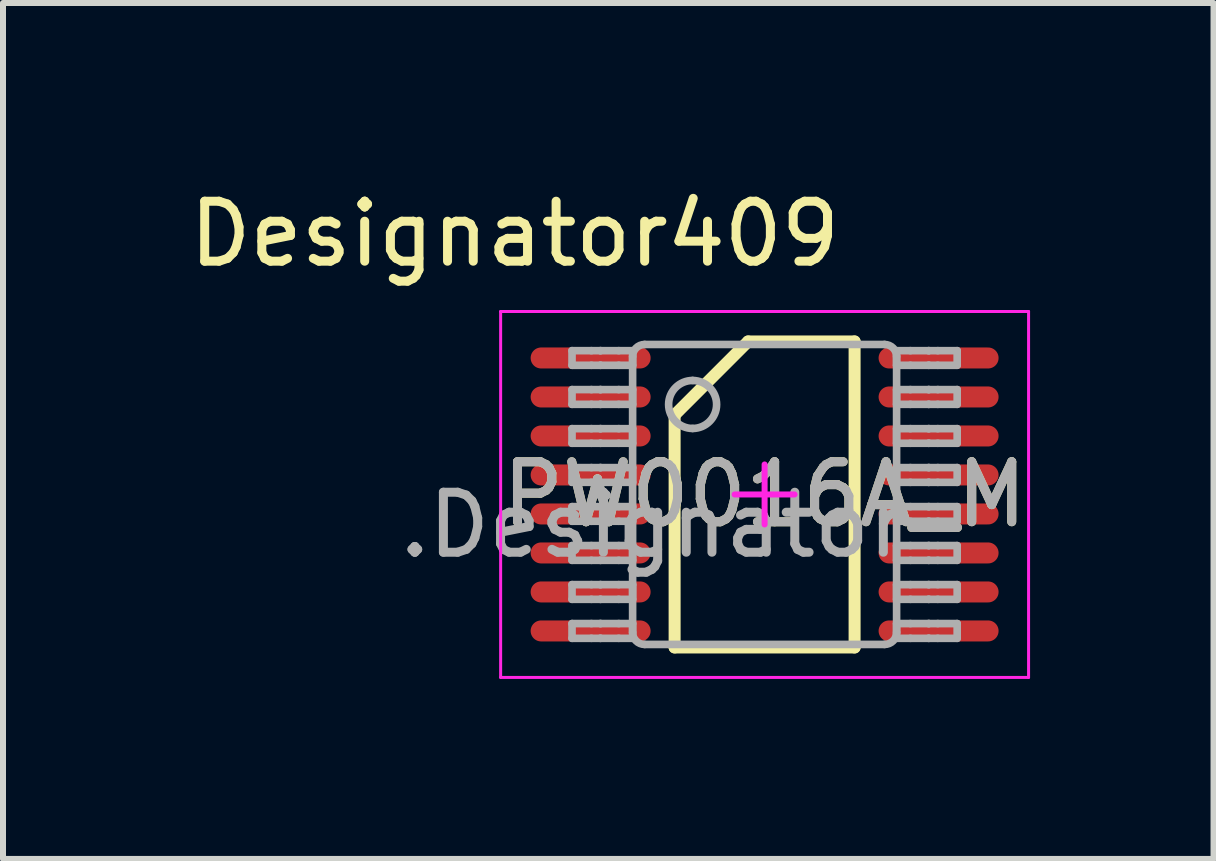
<source format=kicad_pcb>
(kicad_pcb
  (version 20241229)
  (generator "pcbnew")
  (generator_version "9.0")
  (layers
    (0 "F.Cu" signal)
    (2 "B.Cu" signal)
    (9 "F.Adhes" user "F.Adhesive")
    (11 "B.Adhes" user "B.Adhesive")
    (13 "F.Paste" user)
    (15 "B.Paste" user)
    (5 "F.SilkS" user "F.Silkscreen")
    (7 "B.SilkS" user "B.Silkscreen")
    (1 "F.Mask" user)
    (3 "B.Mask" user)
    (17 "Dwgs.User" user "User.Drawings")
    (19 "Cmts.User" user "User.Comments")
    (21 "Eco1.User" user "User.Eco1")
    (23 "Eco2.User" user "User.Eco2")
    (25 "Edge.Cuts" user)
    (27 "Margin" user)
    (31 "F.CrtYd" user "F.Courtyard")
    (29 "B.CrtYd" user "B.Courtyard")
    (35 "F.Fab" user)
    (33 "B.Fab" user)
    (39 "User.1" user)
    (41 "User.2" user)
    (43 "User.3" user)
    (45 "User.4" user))
  (footprint "PW0016A_M"
    (layer "F.Cu")
    (at 9.695 5.192)
    (property "Reference" "PW0016A_M" (at 0 0 0) (unlocked yes) (layer "F.SilkS") (effects (font (size 1 1) (thickness 0.15))))
    (attr smd)
    (fp_line (start -1.5 -1.325) (end -0.275 -2.55) (stroke (width 0.2) (type solid)) (layer "F.SilkS"))
    (fp_line (start -1.5 2.55) (end -1.5 -1.325) (stroke (width 0.2) (type solid)) (layer "F.SilkS"))
    (fp_line (start -1.5 2.55) (end 1.5 2.55) (stroke (width 0.2) (type solid)) (layer "F.SilkS"))
    (fp_line (start -0.275 -2.55) (end 1.5 -2.55) (stroke (width 0.2) (type solid)) (layer "F.SilkS"))
    (fp_line (start 1.5 2.55) (end 1.5 -2.55) (stroke (width 0.2) (type solid)) (layer "F.SilkS"))
    (fp_line (start -4.4 -3.05) (end 4.4 -3.05) (stroke (width 0.05) (type solid)) (layer "F.CrtYd"))
    (fp_line (start -4.4 3.05) (end -4.4 -3.05) (stroke (width 0.05) (type solid)) (layer "F.CrtYd"))
    (fp_line (start -4.4 3.05) (end 4.4 3.05) (stroke (width 0.05) (type solid)) (layer "F.CrtYd"))
    (fp_line (start -0.5 -0.000003) (end 0.5 -0.000003) (stroke (width 0.1) (type solid)) (layer "F.CrtYd"))
    (fp_line (start 0 0.5) (end 0 -0.5) (stroke (width 0.1) (type solid)) (layer "F.CrtYd"))
    (fp_line (start 4.4 3.05) (end 4.4 -3.05) (stroke (width 0.05) (type solid)) (layer "F.CrtYd"))
    (fp_line (start -3.21 -2.397) (end -2.887 -2.397) (stroke (width 0.127) (type solid)) (layer "F.Fab"))
    (fp_line (start -3.21 -2.153) (end -3.21 -2.397) (stroke (width 0.127) (type solid)) (layer "F.Fab"))
    (fp_line (start -3.21 -2.153) (end -2.887 -2.153) (stroke (width 0.127) (type solid)) (layer "F.Fab"))
    (fp_line (start -3.21 -1.748) (end -2.887 -1.748) (stroke (width 0.127) (type solid)) (layer "F.Fab"))
    (fp_line (start -3.21 -1.502) (end -3.21 -1.748) (stroke (width 0.127) (type solid)) (layer "F.Fab"))
    (fp_line (start -3.21 -1.502) (end -2.887 -1.502) (stroke (width 0.127) (type solid)) (layer "F.Fab"))
    (fp_line (start -3.21 -1.097) (end -2.887 -1.097) (stroke (width 0.127) (type solid)) (layer "F.Fab"))
    (fp_line (start -3.21 -0.853) (end -3.21 -1.097) (stroke (width 0.127) (type solid)) (layer "F.Fab"))
    (fp_line (start -3.21 -0.853) (end -2.887 -0.853) (stroke (width 0.127) (type solid)) (layer "F.Fab"))
    (fp_line (start -3.21 -0.448) (end -2.887 -0.448) (stroke (width 0.127) (type solid)) (layer "F.Fab"))
    (fp_line (start -3.21 -0.202) (end -3.21 -0.448) (stroke (width 0.127) (type solid)) (layer "F.Fab"))
    (fp_line (start -3.21 -0.202) (end -2.887 -0.202) (stroke (width 0.127) (type solid)) (layer "F.Fab"))
    (fp_line (start -3.21 0.203) (end -2.887 0.203) (stroke (width 0.127) (type solid)) (layer "F.Fab"))
    (fp_line (start -3.21 0.447) (end -3.21 0.203) (stroke (width 0.127) (type solid)) (layer "F.Fab"))
    (fp_line (start -3.21 0.447) (end -2.887 0.447) (stroke (width 0.127) (type solid)) (layer "F.Fab"))
    (fp_line (start -3.21 0.852) (end -2.887 0.852) (stroke (width 0.127) (type solid)) (layer "F.Fab"))
    (fp_line (start -3.21 1.098) (end -3.21 0.852) (stroke (width 0.127) (type solid)) (layer "F.Fab"))
    (fp_line (start -3.21 1.098) (end -2.887 1.098) (stroke (width 0.127) (type solid)) (layer "F.Fab"))
    (fp_line (start -3.21 1.503) (end -2.887 1.503) (stroke (width 0.127) (type solid)) (layer "F.Fab"))
    (fp_line (start -3.21 1.748) (end -3.21 1.503) (stroke (width 0.127) (type solid)) (layer "F.Fab"))
    (fp_line (start -3.21 1.748) (end -2.887 1.748) (stroke (width 0.127) (type solid)) (layer "F.Fab"))
    (fp_line (start -3.21 2.152) (end -2.887 2.152) (stroke (width 0.127) (type solid)) (layer "F.Fab"))
    (fp_line (start -3.21 2.398) (end -3.21 2.152) (stroke (width 0.127) (type solid)) (layer "F.Fab"))
    (fp_line (start -3.21 2.398) (end -2.887 2.398) (stroke (width 0.127) (type solid)) (layer "F.Fab"))
    (fp_line (start -2.887 -2.397) (end -2.739 -2.397) (stroke (width 0.127) (type solid)) (layer "F.Fab"))
    (fp_line (start -2.887 -2.153) (end -2.739 -2.153) (stroke (width 0.127) (type solid)) (layer "F.Fab"))
    (fp_line (start -2.887 -1.748) (end -2.739 -1.748) (stroke (width 0.127) (type solid)) (layer "F.Fab"))
    (fp_line (start -2.887 -1.502) (end -2.739 -1.502) (stroke (width 0.127) (type solid)) (layer "F.Fab"))
    (fp_line (start -2.887 -1.097) (end -2.739 -1.097) (stroke (width 0.127) (type solid)) (layer "F.Fab"))
    (fp_line (start -2.887 -0.853) (end -2.739 -0.853) (stroke (width 0.127) (type solid)) (layer "F.Fab"))
    (fp_line (start -2.887 -0.448) (end -2.739 -0.448) (stroke (width 0.127) (type solid)) (layer "F.Fab"))
    (fp_line (start -2.887 -0.202) (end -2.739 -0.202) (stroke (width 0.127) (type solid)) (layer "F.Fab"))
    (fp_line (start -2.887 0.203) (end -2.739 0.203) (stroke (width 0.127) (type solid)) (layer "F.Fab"))
    (fp_line (start -2.887 0.447) (end -2.739 0.447) (stroke (width 0.127) (type solid)) (layer "F.Fab"))
    (fp_line (start -2.887 0.852) (end -2.739 0.852) (stroke (width 0.127) (type solid)) (layer "F.Fab"))
    (fp_line (start -2.887 1.098) (end -2.739 1.098) (stroke (width 0.127) (type solid)) (layer "F.Fab"))
    (fp_line (start -2.887 1.503) (end -2.739 1.503) (stroke (width 0.127) (type solid)) (layer "F.Fab"))
    (fp_line (start -2.887 1.748) (end -2.739 1.748) (stroke (width 0.127) (type solid)) (layer "F.Fab"))
    (fp_line (start -2.887 2.152) (end -2.739 2.152) (stroke (width 0.127) (type solid)) (layer "F.Fab"))
    (fp_line (start -2.887 2.398) (end -2.739 2.398) (stroke (width 0.127) (type solid)) (layer "F.Fab"))
    (fp_line (start -2.739 -2.397) (end -2.733 -2.397) (stroke (width 0.127) (type solid)) (layer "F.Fab"))
    (fp_line (start -2.739 -2.153) (end -2.733 -2.153) (stroke (width 0.127) (type solid)) (layer "F.Fab"))
    (fp_line (start -2.739 -1.748) (end -2.733 -1.748) (stroke (width 0.127) (type solid)) (layer "F.Fab"))
    (fp_line (start -2.739 -1.502) (end -2.733 -1.502) (stroke (width 0.127) (type solid)) (layer "F.Fab"))
    (fp_line (start -2.739 -1.097) (end -2.733 -1.097) (stroke (width 0.127) (type solid)) (layer "F.Fab"))
    (fp_line (start -2.739 -0.853) (end -2.733 -0.853) (stroke (width 0.127) (type solid)) (layer "F.Fab"))
    (fp_line (start -2.739 -0.448) (end -2.733 -0.448) (stroke (width 0.127) (type solid)) (layer "F.Fab"))
    (fp_line (start -2.739 -0.202) (end -2.733 -0.202) (stroke (width 0.127) (type solid)) (layer "F.Fab"))
    (fp_line (start -2.739 0.203) (end -2.733 0.203) (stroke (width 0.127) (type solid)) (layer "F.Fab"))
    (fp_line (start -2.739 0.447) (end -2.733 0.447) (stroke (width 0.127) (type solid)) (layer "F.Fab"))
    (fp_line (start -2.739 0.852) (end -2.733 0.852) (stroke (width 0.127) (type solid)) (layer "F.Fab"))
    (fp_line (start -2.739 1.098) (end -2.733 1.098) (stroke (width 0.127) (type solid)) (layer "F.Fab"))
    (fp_line (start -2.739 1.503) (end -2.733 1.503) (stroke (width 0.127) (type solid)) (layer "F.Fab"))
    (fp_line (start -2.739 1.748) (end -2.733 1.748) (stroke (width 0.127) (type solid)) (layer "F.Fab"))
    (fp_line (start -2.739 2.152) (end -2.733 2.152) (stroke (width 0.127) (type solid)) (layer "F.Fab"))
    (fp_line (start -2.739 2.398) (end -2.733 2.398) (stroke (width 0.127) (type solid)) (layer "F.Fab"))
    (fp_line (start -2.733 -2.397) (end -2.431 -2.397) (stroke (width 0.127) (type solid)) (layer "F.Fab"))
    (fp_line (start -2.733 -2.153) (end -2.431 -2.153) (stroke (width 0.127) (type solid)) (layer "F.Fab"))
    (fp_line (start -2.733 -1.748) (end -2.431 -1.748) (stroke (width 0.127) (type solid)) (layer "F.Fab"))
    (fp_line (start -2.733 -1.502) (end -2.431 -1.502) (stroke (width 0.127) (type solid)) (layer "F.Fab"))
    (fp_line (start -2.733 -1.097) (end -2.431 -1.097) (stroke (width 0.127) (type solid)) (layer "F.Fab"))
    (fp_line (start -2.733 -0.853) (end -2.431 -0.853) (stroke (width 0.127) (type solid)) (layer "F.Fab"))
    (fp_line (start -2.733 -0.448) (end -2.431 -0.448) (stroke (width 0.127) (type solid)) (layer "F.Fab"))
    (fp_line (start -2.733 -0.202) (end -2.431 -0.202) (stroke (width 0.127) (type solid)) (layer "F.Fab"))
    (fp_line (start -2.733 0.203) (end -2.431 0.203) (stroke (width 0.127) (type solid)) (layer "F.Fab"))
    (fp_line (start -2.733 0.447) (end -2.431 0.447) (stroke (width 0.127) (type solid)) (layer "F.Fab"))
    (fp_line (start -2.733 0.852) (end -2.431 0.852) (stroke (width 0.127) (type solid)) (layer "F.Fab"))
    (fp_line (start -2.733 1.098) (end -2.431 1.098) (stroke (width 0.127) (type solid)) (layer "F.Fab"))
    (fp_line (start -2.733 1.503) (end -2.431 1.503) (stroke (width 0.127) (type solid)) (layer "F.Fab"))
    (fp_line (start -2.733 1.748) (end -2.431 1.748) (stroke (width 0.127) (type solid)) (layer "F.Fab"))
    (fp_line (start -2.733 2.152) (end -2.431 2.152) (stroke (width 0.127) (type solid)) (layer "F.Fab"))
    (fp_line (start -2.733 2.398) (end -2.431 2.398) (stroke (width 0.127) (type solid)) (layer "F.Fab"))
    (fp_line (start -2.431 -2.397) (end -2.2 -2.397) (stroke (width 0.127) (type solid)) (layer "F.Fab"))
    (fp_line (start -2.431 -2.153) (end -2.2 -2.153) (stroke (width 0.127) (type solid)) (layer "F.Fab"))
    (fp_line (start -2.431 -1.748) (end -2.2 -1.748) (stroke (width 0.127) (type solid)) (layer "F.Fab"))
    (fp_line (start -2.431 -1.502) (end -2.2 -1.502) (stroke (width 0.127) (type solid)) (layer "F.Fab"))
    (fp_line (start -2.431 -1.097) (end -2.2 -1.097) (stroke (width 0.127) (type solid)) (layer "F.Fab"))
    (fp_line (start -2.431 -0.853) (end -2.2 -0.853) (stroke (width 0.127) (type solid)) (layer "F.Fab"))
    (fp_line (start -2.431 -0.448) (end -2.2 -0.448) (stroke (width 0.127) (type solid)) (layer "F.Fab"))
    (fp_line (start -2.431 -0.202) (end -2.2 -0.202) (stroke (width 0.127) (type solid)) (layer "F.Fab"))
    (fp_line (start -2.431 0.203) (end -2.2 0.203) (stroke (width 0.127) (type solid)) (layer "F.Fab"))
    (fp_line (start -2.431 0.447) (end -2.2 0.447) (stroke (width 0.127) (type solid)) (layer "F.Fab"))
    (fp_line (start -2.431 0.852) (end -2.2 0.852) (stroke (width 0.127) (type solid)) (layer "F.Fab"))
    (fp_line (start -2.431 1.098) (end -2.2 1.098) (stroke (width 0.127) (type solid)) (layer "F.Fab"))
    (fp_line (start -2.431 1.503) (end -2.2 1.503) (stroke (width 0.127) (type solid)) (layer "F.Fab"))
    (fp_line (start -2.431 1.748) (end -2.2 1.748) (stroke (width 0.127) (type solid)) (layer "F.Fab"))
    (fp_line (start -2.431 2.152) (end -2.2 2.152) (stroke (width 0.127) (type solid)) (layer "F.Fab"))
    (fp_line (start -2.431 2.398) (end -2.2 2.398) (stroke (width 0.127) (type solid)) (layer "F.Fab"))
    (fp_line (start -2.2 -2.153) (end -2.2 -2.397) (stroke (width 0.127) (type solid)) (layer "F.Fab"))
    (fp_line (start -2.2 -1.502) (end -2.2 -1.748) (stroke (width 0.127) (type solid)) (layer "F.Fab"))
    (fp_line (start -2.2 -0.853) (end -2.2 -1.097) (stroke (width 0.127) (type solid)) (layer "F.Fab"))
    (fp_line (start -2.2 -0.202) (end -2.2 -0.448) (stroke (width 0.127) (type solid)) (layer "F.Fab"))
    (fp_line (start -2.2 0.447) (end -2.2 0.203) (stroke (width 0.127) (type solid)) (layer "F.Fab"))
    (fp_line (start -2.2 1.098) (end -2.2 0.852) (stroke (width 0.127) (type solid)) (layer "F.Fab"))
    (fp_line (start -2.2 1.748) (end -2.2 1.503) (stroke (width 0.127) (type solid)) (layer "F.Fab"))
    (fp_line (start -2.2 2.3) (end -2.2 -2.3) (stroke (width 0.127) (type solid)) (layer "F.Fab"))
    (fp_line (start -2.2 2.398) (end -2.2 2.152) (stroke (width 0.127) (type solid)) (layer "F.Fab"))
    (fp_line (start -2 -2.5) (end 2 -2.5) (stroke (width 0.127) (type solid)) (layer "F.Fab"))
    (fp_line (start -2 2.5) (end 2 2.5) (stroke (width 0.127) (type solid)) (layer "F.Fab"))
    (fp_line (start 2.2 -2.397) (end 2.43 -2.397) (stroke (width 0.127) (type solid)) (layer "F.Fab"))
    (fp_line (start 2.2 -2.153) (end 2.2 -2.397) (stroke (width 0.127) (type solid)) (layer "F.Fab"))
    (fp_line (start 2.2 -2.153) (end 2.43 -2.153) (stroke (width 0.127) (type solid)) (layer "F.Fab"))
    (fp_line (start 2.2 -1.748) (end 2.43 -1.748) (stroke (width 0.127) (type solid)) (layer "F.Fab"))
    (fp_line (start 2.2 -1.502) (end 2.2 -1.748) (stroke (width 0.127) (type solid)) (layer "F.Fab"))
    (fp_line (start 2.2 -1.502) (end 2.43 -1.502) (stroke (width 0.127) (type solid)) (layer "F.Fab"))
    (fp_line (start 2.2 -1.097) (end 2.43 -1.097) (stroke (width 0.127) (type solid)) (layer "F.Fab"))
    (fp_line (start 2.2 -0.853) (end 2.2 -1.097) (stroke (width 0.127) (type solid)) (layer "F.Fab"))
    (fp_line (start 2.2 -0.853) (end 2.43 -0.853) (stroke (width 0.127) (type solid)) (layer "F.Fab"))
    (fp_line (start 2.2 -0.448) (end 2.43 -0.448) (stroke (width 0.127) (type solid)) (layer "F.Fab"))
    (fp_line (start 2.2 -0.202) (end 2.2 -0.448) (stroke (width 0.127) (type solid)) (layer "F.Fab"))
    (fp_line (start 2.2 -0.202) (end 2.43 -0.202) (stroke (width 0.127) (type solid)) (layer "F.Fab"))
    (fp_line (start 2.2 0.203) (end 2.43 0.203) (stroke (width 0.127) (type solid)) (layer "F.Fab"))
    (fp_line (start 2.2 0.447) (end 2.2 0.203) (stroke (width 0.127) (type solid)) (layer "F.Fab"))
    (fp_line (start 2.2 0.447) (end 2.43 0.447) (stroke (width 0.127) (type solid)) (layer "F.Fab"))
    (fp_line (start 2.2 0.852) (end 2.43 0.852) (stroke (width 0.127) (type solid)) (layer "F.Fab"))
    (fp_line (start 2.2 1.098) (end 2.2 0.852) (stroke (width 0.127) (type solid)) (layer "F.Fab"))
    (fp_line (start 2.2 1.098) (end 2.43 1.098) (stroke (width 0.127) (type solid)) (layer "F.Fab"))
    (fp_line (start 2.2 1.503) (end 2.43 1.503) (stroke (width 0.127) (type solid)) (layer "F.Fab"))
    (fp_line (start 2.2 1.748) (end 2.2 1.503) (stroke (width 0.127) (type solid)) (layer "F.Fab"))
    (fp_line (start 2.2 1.748) (end 2.43 1.748) (stroke (width 0.127) (type solid)) (layer "F.Fab"))
    (fp_line (start 2.2 2.152) (end 2.43 2.152) (stroke (width 0.127) (type solid)) (layer "F.Fab"))
    (fp_line (start 2.2 2.3) (end 2.2 -2.3) (stroke (width 0.127) (type solid)) (layer "F.Fab"))
    (fp_line (start 2.2 2.398) (end 2.2 2.152) (stroke (width 0.127) (type solid)) (layer "F.Fab"))
    (fp_line (start 2.2 2.398) (end 2.43 2.398) (stroke (width 0.127) (type solid)) (layer "F.Fab"))
    (fp_line (start 2.43 -2.397) (end 2.733 -2.397) (stroke (width 0.127) (type solid)) (layer "F.Fab"))
    (fp_line (start 2.43 -2.153) (end 2.733 -2.153) (stroke (width 0.127) (type solid)) (layer "F.Fab"))
    (fp_line (start 2.43 -1.748) (end 2.733 -1.748) (stroke (width 0.127) (type solid)) (layer "F.Fab"))
    (fp_line (start 2.43 -1.502) (end 2.733 -1.502) (stroke (width 0.127) (type solid)) (layer "F.Fab"))
    (fp_line (start 2.43 -1.097) (end 2.733 -1.097) (stroke (width 0.127) (type solid)) (layer "F.Fab"))
    (fp_line (start 2.43 -0.853) (end 2.733 -0.853) (stroke (width 0.127) (type solid)) (layer "F.Fab"))
    (fp_line (start 2.43 -0.448) (end 2.733 -0.448) (stroke (width 0.127) (type solid)) (layer "F.Fab"))
    (fp_line (start 2.43 -0.202) (end 2.733 -0.202) (stroke (width 0.127) (type solid)) (layer "F.Fab"))
    (fp_line (start 2.43 0.203) (end 2.733 0.203) (stroke (width 0.127) (type solid)) (layer "F.Fab"))
    (fp_line (start 2.43 0.447) (end 2.733 0.447) (stroke (width 0.127) (type solid)) (layer "F.Fab"))
    (fp_line (start 2.43 0.852) (end 2.733 0.852) (stroke (width 0.127) (type solid)) (layer "F.Fab"))
    (fp_line (start 2.43 1.098) (end 2.733 1.098) (stroke (width 0.127) (type solid)) (layer "F.Fab"))
    (fp_line (start 2.43 1.503) (end 2.733 1.503) (stroke (width 0.127) (type solid)) (layer "F.Fab"))
    (fp_line (start 2.43 1.748) (end 2.733 1.748) (stroke (width 0.127) (type solid)) (layer "F.Fab"))
    (fp_line (start 2.43 2.152) (end 2.733 2.152) (stroke (width 0.127) (type solid)) (layer "F.Fab"))
    (fp_line (start 2.43 2.398) (end 2.733 2.398) (stroke (width 0.127) (type solid)) (layer "F.Fab"))
    (fp_line (start 2.733 -2.397) (end 2.739 -2.397) (stroke (width 0.127) (type solid)) (layer "F.Fab"))
    (fp_line (start 2.733 -2.153) (end 2.739 -2.153) (stroke (width 0.127) (type solid)) (layer "F.Fab"))
    (fp_line (start 2.733 -1.748) (end 2.739 -1.748) (stroke (width 0.127) (type solid)) (layer "F.Fab"))
    (fp_line (start 2.733 -1.502) (end 2.739 -1.502) (stroke (width 0.127) (type solid)) (layer "F.Fab"))
    (fp_line (start 2.733 -1.097) (end 2.739 -1.097) (stroke (width 0.127) (type solid)) (layer "F.Fab"))
    (fp_line (start 2.733 -0.853) (end 2.739 -0.853) (stroke (width 0.127) (type solid)) (layer "F.Fab"))
    (fp_line (start 2.733 -0.448) (end 2.739 -0.448) (stroke (width 0.127) (type solid)) (layer "F.Fab"))
    (fp_line (start 2.733 -0.202) (end 2.739 -0.202) (stroke (width 0.127) (type solid)) (layer "F.Fab"))
    (fp_line (start 2.733 0.203) (end 2.739 0.203) (stroke (width 0.127) (type solid)) (layer "F.Fab"))
    (fp_line (start 2.733 0.447) (end 2.739 0.447) (stroke (width 0.127) (type solid)) (layer "F.Fab"))
    (fp_line (start 2.733 0.852) (end 2.739 0.852) (stroke (width 0.127) (type solid)) (layer "F.Fab"))
    (fp_line (start 2.733 1.098) (end 2.739 1.098) (stroke (width 0.127) (type solid)) (layer "F.Fab"))
    (fp_line (start 2.733 1.503) (end 2.739 1.503) (stroke (width 0.127) (type solid)) (layer "F.Fab"))
    (fp_line (start 2.733 1.748) (end 2.739 1.748) (stroke (width 0.127) (type solid)) (layer "F.Fab"))
    (fp_line (start 2.733 2.152) (end 2.739 2.152) (stroke (width 0.127) (type solid)) (layer "F.Fab"))
    (fp_line (start 2.733 2.398) (end 2.739 2.398) (stroke (width 0.127) (type solid)) (layer "F.Fab"))
    (fp_line (start 2.739 -2.397) (end 2.887 -2.397) (stroke (width 0.127) (type solid)) (layer "F.Fab"))
    (fp_line (start 2.739 -2.153) (end 2.887 -2.153) (stroke (width 0.127) (type solid)) (layer "F.Fab"))
    (fp_line (start 2.739 -1.748) (end 2.887 -1.748) (stroke (width 0.127) (type solid)) (layer "F.Fab"))
    (fp_line (start 2.739 -1.502) (end 2.887 -1.502) (stroke (width 0.127) (type solid)) (layer "F.Fab"))
    (fp_line (start 2.739 -1.097) (end 2.887 -1.097) (stroke (width 0.127) (type solid)) (layer "F.Fab"))
    (fp_line (start 2.739 -0.853) (end 2.887 -0.853) (stroke (width 0.127) (type solid)) (layer "F.Fab"))
    (fp_line (start 2.739 -0.448) (end 2.887 -0.448) (stroke (width 0.127) (type solid)) (layer "F.Fab"))
    (fp_line (start 2.739 -0.202) (end 2.887 -0.202) (stroke (width 0.127) (type solid)) (layer "F.Fab"))
    (fp_line (start 2.739 0.203) (end 2.887 0.203) (stroke (width 0.127) (type solid)) (layer "F.Fab"))
    (fp_line (start 2.739 0.447) (end 2.887 0.447) (stroke (width 0.127) (type solid)) (layer "F.Fab"))
    (fp_line (start 2.739 0.852) (end 2.887 0.852) (stroke (width 0.127) (type solid)) (layer "F.Fab"))
    (fp_line (start 2.739 1.098) (end 2.887 1.098) (stroke (width 0.127) (type solid)) (layer "F.Fab"))
    (fp_line (start 2.739 1.503) (end 2.887 1.503) (stroke (width 0.127) (type solid)) (layer "F.Fab"))
    (fp_line (start 2.739 1.748) (end 2.887 1.748) (stroke (width 0.127) (type solid)) (layer "F.Fab"))
    (fp_line (start 2.739 2.152) (end 2.887 2.152) (stroke (width 0.127) (type solid)) (layer "F.Fab"))
    (fp_line (start 2.739 2.398) (end 2.887 2.398) (stroke (width 0.127) (type solid)) (layer "F.Fab"))
    (fp_line (start 2.887 -2.397) (end 3.21 -2.397) (stroke (width 0.127) (type solid)) (layer "F.Fab"))
    (fp_line (start 2.887 -2.153) (end 3.21 -2.153) (stroke (width 0.127) (type solid)) (layer "F.Fab"))
    (fp_line (start 2.887 -1.748) (end 3.21 -1.748) (stroke (width 0.127) (type solid)) (layer "F.Fab"))
    (fp_line (start 2.887 -1.502) (end 3.21 -1.502) (stroke (width 0.127) (type solid)) (layer "F.Fab"))
    (fp_line (start 2.887 -1.097) (end 3.21 -1.097) (stroke (width 0.127) (type solid)) (layer "F.Fab"))
    (fp_line (start 2.887 -0.853) (end 3.21 -0.853) (stroke (width 0.127) (type solid)) (layer "F.Fab"))
    (fp_line (start 2.887 -0.448) (end 3.21 -0.448) (stroke (width 0.127) (type solid)) (layer "F.Fab"))
    (fp_line (start 2.887 -0.202) (end 3.21 -0.202) (stroke (width 0.127) (type solid)) (layer "F.Fab"))
    (fp_line (start 2.887 0.203) (end 3.21 0.203) (stroke (width 0.127) (type solid)) (layer "F.Fab"))
    (fp_line (start 2.887 0.447) (end 3.21 0.447) (stroke (width 0.127) (type solid)) (layer "F.Fab"))
    (fp_line (start 2.887 0.852) (end 3.21 0.852) (stroke (width 0.127) (type solid)) (layer "F.Fab"))
    (fp_line (start 2.887 1.098) (end 3.21 1.098) (stroke (width 0.127) (type solid)) (layer "F.Fab"))
    (fp_line (start 2.887 1.503) (end 3.21 1.503) (stroke (width 0.127) (type solid)) (layer "F.Fab"))
    (fp_line (start 2.887 1.748) (end 3.21 1.748) (stroke (width 0.127) (type solid)) (layer "F.Fab"))
    (fp_line (start 2.887 2.152) (end 3.21 2.152) (stroke (width 0.127) (type solid)) (layer "F.Fab"))
    (fp_line (start 2.887 2.398) (end 3.21 2.398) (stroke (width 0.127) (type solid)) (layer "F.Fab"))
    (fp_line (start 3.21 -2.153) (end 3.21 -2.397) (stroke (width 0.127) (type solid)) (layer "F.Fab"))
    (fp_line (start 3.21 -1.502) (end 3.21 -1.748) (stroke (width 0.127) (type solid)) (layer "F.Fab"))
    (fp_line (start 3.21 -0.853) (end 3.21 -1.097) (stroke (width 0.127) (type solid)) (layer "F.Fab"))
    (fp_line (start 3.21 -0.202) (end 3.21 -0.448) (stroke (width 0.127) (type solid)) (layer "F.Fab"))
    (fp_line (start 3.21 0.447) (end 3.21 0.203) (stroke (width 0.127) (type solid)) (layer "F.Fab"))
    (fp_line (start 3.21 1.098) (end 3.21 0.852) (stroke (width 0.127) (type solid)) (layer "F.Fab"))
    (fp_line (start 3.21 1.748) (end 3.21 1.503) (stroke (width 0.127) (type solid)) (layer "F.Fab"))
    (fp_line (start 3.21 2.398) (end 3.21 2.152) (stroke (width 0.127) (type solid)) (layer "F.Fab"))
    (fp_arc (start -2.200001 -2.3) (mid -2.141422 -2.441421) (end -2.000001 -2.5) (stroke (width 0.127) (type solid)) (layer "F.Fab"))
    (fp_arc (start -2.000001 2.500015) (mid -2.141422 2.441437) (end -2.200001 2.300016) (stroke (width 0.127) (type solid)) (layer "F.Fab"))
    (fp_arc (start -1.200003 -1.900001) (mid -0.800003 -1.500002) (end -1.200003 -1.100003) (stroke (width 0.127) (type solid)) (layer "F.Fab"))
    (fp_arc (start -1.200003 -1.100003) (mid -1.600002 -1.500002) (end -1.200003 -1.900001) (stroke (width 0.127) (type solid)) (layer "F.Fab"))
    (fp_arc (start 1.999991 -2.5) (mid 2.141412 -2.441422) (end 2.199991 -2.3) (stroke (width 0.127) (type solid)) (layer "F.Fab"))
    (fp_arc (start 2.199991 2.300016) (mid 2.141412 2.441437) (end 1.999991 2.500015) (stroke (width 0.127) (type solid)) (layer "F.Fab"))
    (fp_text user "Designator409" (at -4.166 -4.343 0) (unlocked yes) (layer "F.SilkS") (effects (font (size 1 1) (thickness 0.15))))
    (fp_text user "${REFERENCE}" (at 0 0 0) (unlocked yes) (layer "F.Fab") (effects (font (size 1 1) (thickness 0.15))))
    (fp_text user ".Designator" (at -1.854 0.508 0) (unlocked yes) (layer "F.Fab") (effects (font (size 1 1) (thickness 0.15))))
    (pad "1" smd oval (at -2.9 -2.275 90) (size 0.35 2) (layers "F.Cu" "F.Mask" "F.Paste"))
    (pad "2" smd oval (at -2.9 -1.625 90) (size 0.35 2) (layers "F.Cu" "F.Mask" "F.Paste"))
    (pad "3" smd oval (at -2.9 -0.975 90) (size 0.35 2) (layers "F.Cu" "F.Mask" "F.Paste"))
    (pad "4" smd oval (at -2.9 -0.325 90) (size 0.35 2) (layers "F.Cu" "F.Mask" "F.Paste"))
    (pad "5" smd oval (at -2.9 0.325 90) (size 0.35 2) (layers "F.Cu" "F.Mask" "F.Paste"))
    (pad "6" smd oval (at -2.9 0.975 90) (size 0.35 2) (layers "F.Cu" "F.Mask" "F.Paste"))
    (pad "7" smd oval (at -2.9 1.625 90) (size 0.35 2) (layers "F.Cu" "F.Mask" "F.Paste"))
    (pad "8" smd oval (at -2.9 2.275 90) (size 0.35 2) (layers "F.Cu" "F.Mask" "F.Paste"))
    (pad "9" smd oval (at 2.9 2.275 90) (size 0.35 2) (layers "F.Cu" "F.Mask" "F.Paste"))
    (pad "10" smd oval (at 2.9 1.625 90) (size 0.35 2) (layers "F.Cu" "F.Mask" "F.Paste"))
    (pad "11" smd oval (at 2.9 0.975 90) (size 0.35 2) (layers "F.Cu" "F.Mask" "F.Paste"))
    (pad "12" smd oval (at 2.9 0.325 90) (size 0.35 2) (layers "F.Cu" "F.Mask" "F.Paste"))
    (pad "13" smd oval (at 2.9 -0.325 90) (size 0.35 2) (layers "F.Cu" "F.Mask" "F.Paste"))
    (pad "14" smd oval (at 2.9 -0.975 90) (size 0.35 2) (layers "F.Cu" "F.Mask" "F.Paste"))
    (pad "15" smd oval (at 2.9 -1.625 90) (size 0.35 2) (layers "F.Cu" "F.Mask" "F.Paste"))
    (pad "16" smd oval (at 2.9 -2.275 90) (size 0.35 2) (layers "F.Cu" "F.Mask" "F.Paste")))
  (gr_rect
    (start -3 -3)
    (end 17.178 11.267)
    (stroke (width 0.1) (type default))
    (fill no)
    (layer "Edge.Cuts")))
</source>
